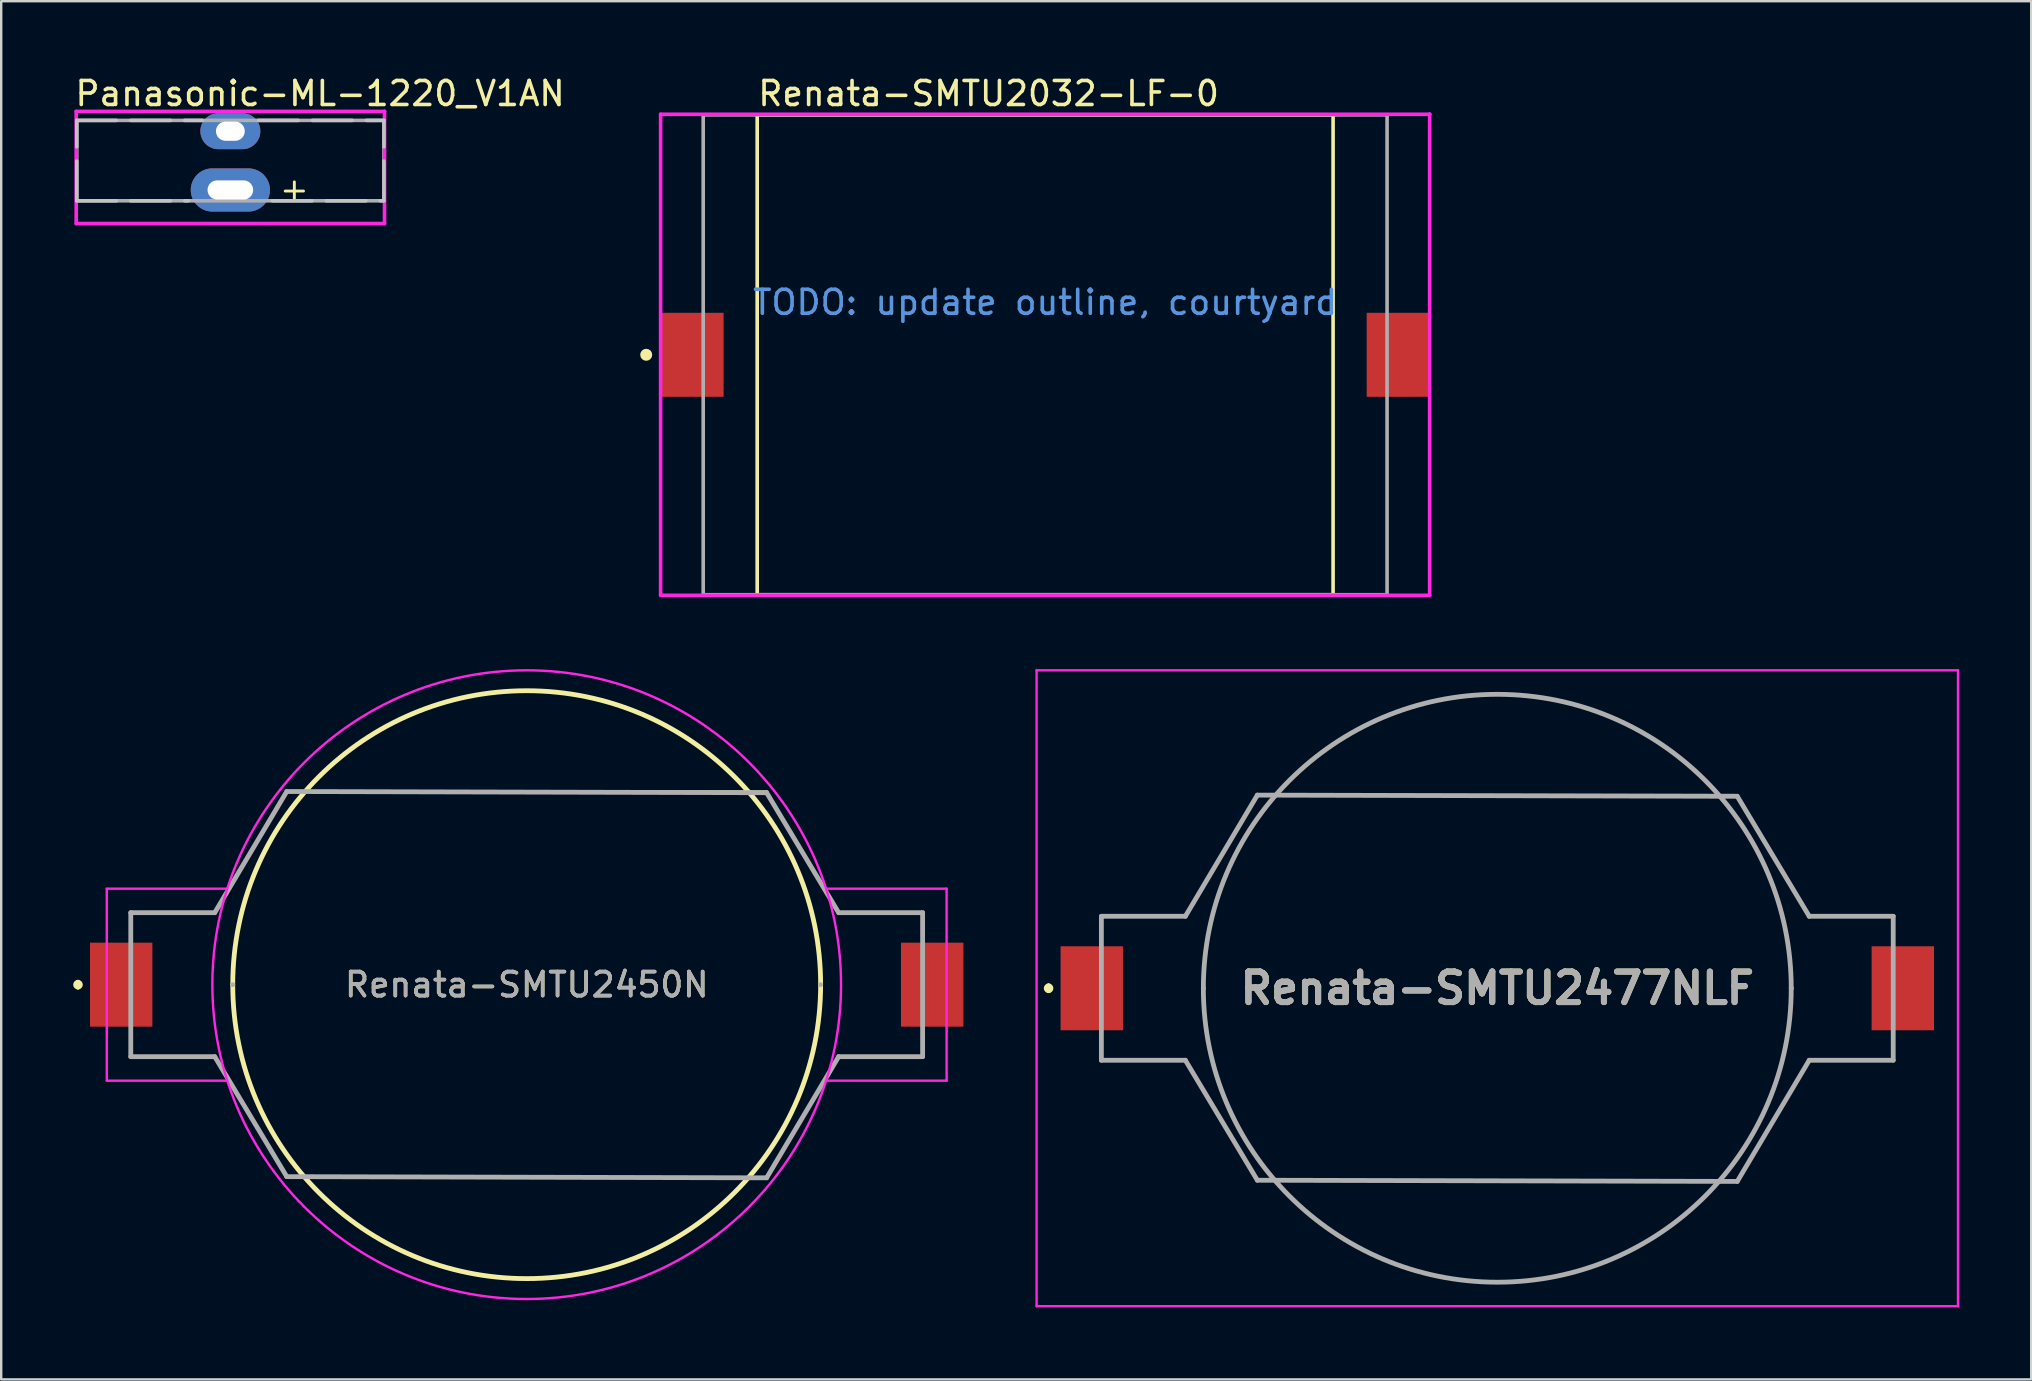
<source format=kicad_pcb>
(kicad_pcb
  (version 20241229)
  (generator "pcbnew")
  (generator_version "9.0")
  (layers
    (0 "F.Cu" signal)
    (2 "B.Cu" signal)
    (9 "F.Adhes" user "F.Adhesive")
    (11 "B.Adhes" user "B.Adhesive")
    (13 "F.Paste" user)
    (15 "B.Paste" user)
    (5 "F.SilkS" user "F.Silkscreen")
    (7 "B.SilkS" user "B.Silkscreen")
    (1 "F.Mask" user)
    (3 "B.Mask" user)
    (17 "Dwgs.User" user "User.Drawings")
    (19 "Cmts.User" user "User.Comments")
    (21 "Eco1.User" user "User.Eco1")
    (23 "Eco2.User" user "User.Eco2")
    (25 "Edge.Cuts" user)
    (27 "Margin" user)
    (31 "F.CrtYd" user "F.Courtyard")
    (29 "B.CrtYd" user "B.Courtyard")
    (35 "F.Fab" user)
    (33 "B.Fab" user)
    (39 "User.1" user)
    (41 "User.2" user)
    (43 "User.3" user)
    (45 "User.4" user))
  (footprint "Renata-SMTU2450N"
    (layer "F.Cu")
    (at 18.9 37.986)
    (property "Reference" "Renata-SMTU2450N" (at 0 0 0) (layer "F.SilkS") (effects (font (size 1 1) (thickness 0.15))))
    (attr smd)
    (fp_line (start -18.7 -0.1) (end -18.7 -0.1) (stroke (width 0.2) (type solid)) (layer "F.SilkS"))
    (fp_line (start -18.7 0.1) (end -18.7 0.1) (stroke (width 0.2) (type solid)) (layer "F.SilkS"))
    (fp_line (start -16.5 -3) (end -13 -3) (stroke (width 0.1) (type solid)) (layer "F.SilkS"))
    (fp_line (start -16.5 3) (end -13 3) (stroke (width 0.1) (type solid)) (layer "F.SilkS"))
    (fp_line (start -13 -3) (end -10 -8.05) (stroke (width 0.1) (type solid)) (layer "F.SilkS"))
    (fp_line (start -13 3) (end -10 8) (stroke (width 0.1) (type solid)) (layer "F.SilkS"))
    (fp_line (start -10 -8.05) (end 10 -8.05) (stroke (width 0.1) (type solid)) (layer "F.SilkS"))
    (fp_line (start -10 8) (end 10 8.05) (stroke (width 0.1) (type solid)) (layer "F.SilkS"))
    (fp_line (start 10 -8.05) (end 13 -3) (stroke (width 0.1) (type solid)) (layer "F.SilkS"))
    (fp_line (start 10 8.05) (end 13 3) (stroke (width 0.1) (type solid)) (layer "F.SilkS"))
    (fp_line (start 13 -3) (end 16.5 -3) (stroke (width 0.1) (type solid)) (layer "F.SilkS"))
    (fp_line (start 13 3) (end 16.5 3) (stroke (width 0.1) (type solid)) (layer "F.SilkS"))
    (fp_arc (start -18.7 -0.1) (mid -18.6 0) (end -18.7 0.1) (stroke (width 0.2) (type solid)) (layer "F.SilkS"))
    (fp_arc (start -18.7 0.1) (mid -18.8 0) (end -18.7 -0.1) (stroke (width 0.2) (type solid)) (layer "F.SilkS"))
    (fp_arc (start -12.25 0) (mid 0 -12.25) (end 12.25 0) (stroke (width 0.2) (type solid)) (layer "F.SilkS"))
    (fp_arc (start 12.25 0) (mid 0 12.25) (end -12.25 0) (stroke (width 0.2) (type solid)) (layer "F.SilkS"))
    (fp_line (start -17.5 -4) (end -12.5 -4) (stroke (width 0.1) (type default)) (layer "F.CrtYd"))
    (fp_line (start -17.5 4) (end -17.5 -4) (stroke (width 0.1) (type default)) (layer "F.CrtYd"))
    (fp_line (start -12.5 4) (end -17.5 4) (stroke (width 0.1) (type default)) (layer "F.CrtYd"))
    (fp_line (start 12.5 -4) (end 17.5 -4) (stroke (width 0.1) (type default)) (layer "F.CrtYd"))
    (fp_line (start 17.5 -4) (end 17.5 4) (stroke (width 0.1) (type default)) (layer "F.CrtYd"))
    (fp_line (start 17.5 4) (end 12.5 4) (stroke (width 0.1) (type default)) (layer "F.CrtYd"))
    (fp_circle (center 0 0) (end 13.1 0) (stroke (width 0.1) (type default)) (fill no) (layer "F.CrtYd"))
    (fp_line (start -16.5 -3) (end -16.5 3) (stroke (width 0.2) (type solid)) (layer "F.Fab"))
    (fp_line (start -16.5 3) (end -13 3) (stroke (width 0.2) (type solid)) (layer "F.Fab"))
    (fp_line (start -13 -3) (end -16.5 -3) (stroke (width 0.2) (type solid)) (layer "F.Fab"))
    (fp_line (start -13 3) (end -10 8) (stroke (width 0.2) (type solid)) (layer "F.Fab"))
    (fp_line (start -12.25 0) (end -12.25 0) (stroke (width 0.2) (type solid)) (layer "F.Fab"))
    (fp_line (start -10 -8.05) (end -13 -3) (stroke (width 0.2) (type solid)) (layer "F.Fab"))
    (fp_line (start -10 8) (end 10 8.05) (stroke (width 0.2) (type solid)) (layer "F.Fab"))
    (fp_line (start 10 -8) (end -10 -8.05) (stroke (width 0.2) (type solid)) (layer "F.Fab"))
    (fp_line (start 10 8.05) (end 13 3) (stroke (width 0.2) (type solid)) (layer "F.Fab"))
    (fp_line (start 12.25 0) (end 12.25 0) (stroke (width 0.2) (type solid)) (layer "F.Fab"))
    (fp_line (start 13 -3) (end 10 -8) (stroke (width 0.2) (type solid)) (layer "F.Fab"))
    (fp_line (start 13 3) (end 16.5 3) (stroke (width 0.2) (type solid)) (layer "F.Fab"))
    (fp_line (start 16.5 -3) (end 13 -3) (stroke (width 0.2) (type solid)) (layer "F.Fab"))
    (fp_line (start 16.5 3) (end 16.5 -3) (stroke (width 0.2) (type solid)) (layer "F.Fab"))
    (fp_text user "${REFERENCE}" (at 0 0 0) (layer "F.Fab") (effects (font (size 1 1) (thickness 0.15))))
    (pad "1" smd rect (at -16.9 0) (size 2.6 3.5) (layers "F.Cu" "F.Mask" "F.Paste"))
    (pad "2" smd rect (at 16.9 0) (size 2.6 3.5) (layers "F.Cu" "F.Mask" "F.Paste")))
  (footprint "Renata-SMTU2477NLF"
    (layer "F.Cu")
    (at 59.35 38.136)
    (property "Reference" "Renata-SMTU2477NLF" (at 0 0 0) (layer "F.SilkS") (effects (font (size 1.27 1.27) (thickness 0.254))))
    (attr smd)
    (fp_line (start -18.7 -0.1) (end -18.7 -0.1) (stroke (width 0.2) (type solid)) (layer "F.SilkS"))
    (fp_line (start -18.7 0.1) (end -18.7 0.1) (stroke (width 0.2) (type solid)) (layer "F.SilkS"))
    (fp_line (start -16.5 -3) (end -13 -3) (stroke (width 0.1) (type solid)) (layer "F.SilkS"))
    (fp_line (start -16.5 3) (end -13 3) (stroke (width 0.1) (type solid)) (layer "F.SilkS"))
    (fp_line (start -13 -3) (end -10 -8.05) (stroke (width 0.1) (type solid)) (layer "F.SilkS"))
    (fp_line (start -13 3) (end -10 8) (stroke (width 0.1) (type solid)) (layer "F.SilkS"))
    (fp_line (start -10 -8.05) (end 10 -8.05) (stroke (width 0.1) (type solid)) (layer "F.SilkS"))
    (fp_line (start -10 8) (end 10 8.05) (stroke (width 0.1) (type solid)) (layer "F.SilkS"))
    (fp_line (start 10 -8.05) (end 13 -3) (stroke (width 0.1) (type solid)) (layer "F.SilkS"))
    (fp_line (start 10 8.05) (end 13 3) (stroke (width 0.1) (type solid)) (layer "F.SilkS"))
    (fp_line (start 13 -3) (end 16.5 -3) (stroke (width 0.1) (type solid)) (layer "F.SilkS"))
    (fp_line (start 13 3) (end 16.5 3) (stroke (width 0.1) (type solid)) (layer "F.SilkS"))
    (fp_arc (start -18.7 -0.1) (mid -18.6 0) (end -18.7 0.1) (stroke (width 0.2) (type solid)) (layer "F.SilkS"))
    (fp_arc (start -18.7 0.1) (mid -18.8 0) (end -18.7 -0.1) (stroke (width 0.2) (type solid)) (layer "F.SilkS"))
    (fp_line (start -19.2 -13.25) (end 19.2 -13.25) (stroke (width 0.1) (type solid)) (layer "F.CrtYd"))
    (fp_line (start -19.2 13.25) (end -19.2 -13.25) (stroke (width 0.1) (type solid)) (layer "F.CrtYd"))
    (fp_line (start 19.2 -13.25) (end 19.2 13.25) (stroke (width 0.1) (type solid)) (layer "F.CrtYd"))
    (fp_line (start 19.2 13.25) (end -19.2 13.25) (stroke (width 0.1) (type solid)) (layer "F.CrtYd"))
    (fp_line (start -16.5 -3) (end -16.5 3) (stroke (width 0.2) (type solid)) (layer "F.Fab"))
    (fp_line (start -16.5 3) (end -13 3) (stroke (width 0.2) (type solid)) (layer "F.Fab"))
    (fp_line (start -13 -3) (end -16.5 -3) (stroke (width 0.2) (type solid)) (layer "F.Fab"))
    (fp_line (start -13 3) (end -10 8) (stroke (width 0.2) (type solid)) (layer "F.Fab"))
    (fp_line (start -12.25 0) (end -12.25 0) (stroke (width 0.2) (type solid)) (layer "F.Fab"))
    (fp_line (start -10 -8.05) (end -13 -3) (stroke (width 0.2) (type solid)) (layer "F.Fab"))
    (fp_line (start -10 8) (end 10 8.05) (stroke (width 0.2) (type solid)) (layer "F.Fab"))
    (fp_line (start 10 -8) (end -10 -8.05) (stroke (width 0.2) (type solid)) (layer "F.Fab"))
    (fp_line (start 10 8.05) (end 13 3) (stroke (width 0.2) (type solid)) (layer "F.Fab"))
    (fp_line (start 12.25 0) (end 12.25 0) (stroke (width 0.2) (type solid)) (layer "F.Fab"))
    (fp_line (start 13 -3) (end 10 -8) (stroke (width 0.2) (type solid)) (layer "F.Fab"))
    (fp_line (start 13 3) (end 16.5 3) (stroke (width 0.2) (type solid)) (layer "F.Fab"))
    (fp_line (start 16.5 -3) (end 13 -3) (stroke (width 0.2) (type solid)) (layer "F.Fab"))
    (fp_line (start 16.5 3) (end 16.5 -3) (stroke (width 0.2) (type solid)) (layer "F.Fab"))
    (fp_arc (start -12.25 0) (mid 0 -12.25) (end 12.25 0) (stroke (width 0.2) (type solid)) (layer "F.Fab"))
    (fp_arc (start 12.25 0) (mid 0 12.25) (end -12.25 0) (stroke (width 0.2) (type solid)) (layer "F.Fab"))
    (fp_text user "${REFERENCE}" (at 0 0 0) (layer "F.Fab") (effects (font (size 1.27 1.27) (thickness 0.254))))
    (pad "1" smd rect (at -16.9 0) (size 2.6 3.5) (layers "F.Cu" "F.Mask" "F.Paste"))
    (pad "2" smd rect (at 16.9 0) (size 2.6 3.5) (layers "F.Cu" "F.Mask" "F.Paste")))
  (footprint "Panasonic-ML-1220_V1AN"
    (layer "F.Cu")
    (at 6.55 3.642)
    (property "Reference" "Panasonic-ML-1220_V1AN" (at -6.55 -2.794 0) (layer "F.SilkS") (effects (font (size 1 1) (thickness 0.15)) (justify left)))
    (attr through_hole)
    (fp_line (start 2.286 1.27) (end 3.048 1.27) (stroke (width 0.12) (type default)) (layer "F.SilkS"))
    (fp_line (start 2.667 0.889) (end 2.667 1.651) (stroke (width 0.12) (type default)) (layer "F.SilkS"))
    (fp_line (start -6.4 -1.675) (end -1.175 -1.675) (stroke (width 0.15) (type dash)) (layer "Dwgs.User"))
    (fp_line (start -6.4 1.675) (end -6.4 -1.675) (stroke (width 0.15) (type dash)) (layer "Dwgs.User"))
    (fp_line (start -6.4 1.675) (end -1.75 1.675) (stroke (width 0.15) (type dash)) (layer "Dwgs.User"))
    (fp_line (start 1.175 -1.675) (end 6.4 -1.675) (stroke (width 0.15) (type dash)) (layer "Dwgs.User"))
    (fp_line (start 1.75 1.675) (end 6.4 1.675) (stroke (width 0.15) (type dash)) (layer "Dwgs.User"))
    (fp_line (start 6.4 1.675) (end 6.4 -1.675) (stroke (width 0.15) (type dash)) (layer "Dwgs.User"))
    (fp_line (start -6.425 -2.05) (end -6.425 2.625) (stroke (width 0.15) (type solid)) (layer "F.CrtYd"))
    (fp_line (start -6.425 2.625) (end 6.425 2.625) (stroke (width 0.15) (type solid)) (layer "F.CrtYd"))
    (fp_line (start 6.425 -2.05) (end -6.425 -2.05) (stroke (width 0.15) (type solid)) (layer "F.CrtYd"))
    (fp_line (start 6.425 -2.05) (end 6.425 -2.05) (stroke (width 0.15) (type solid)) (layer "F.CrtYd"))
    (fp_line (start 6.425 2.625) (end 6.425 -2.05) (stroke (width 0.15) (type solid)) (layer "F.CrtYd"))
    (fp_line (start -6.4 -1.675) (end 6.4 -1.675) (stroke (width 0.15) (type solid)) (layer "F.Fab"))
    (fp_line (start -6.4 1.675) (end -6.4 -1.675) (stroke (width 0.15) (type solid)) (layer "F.Fab"))
    (fp_line (start 6.4 -1.675) (end 6.4 1.675) (stroke (width 0.15) (type solid)) (layer "F.Fab"))
    (fp_line (start 6.4 1.675) (end -6.4 1.675) (stroke (width 0.15) (type solid)) (layer "F.Fab"))
    (pad "1" thru_hole oval (at 0 1.225) (size 3.3 1.8) (drill oval 1.9 0.8) (layers "*.Cu" "*.Mask"))
    (pad "2" thru_hole oval (at 0 -1.225) (size 2.5 1.5) (drill oval 1.2 0.8) (layers "*.Cu" "*.Mask")))
  (footprint "Renata-SMTU2032-LF-0"
    (layer "F.Cu")
    (at 40.506 11.736)
    (property "Reference" "Renata-SMTU2032-LF-0" (at -12.05 -10.887 0) (layer "F.SilkS") (effects (font (size 1 1) (thickness 0.15)) (justify left)))
    (attr through_hole)
    (fp_line (start -12 -10) (end 12 -10) (stroke (width 0.15) (type solid)) (layer "F.SilkS"))
    (fp_line (start -12 10) (end -12 -10) (stroke (width 0.15) (type solid)) (layer "F.SilkS"))
    (fp_line (start 12 -10) (end 12 10) (stroke (width 0.15) (type solid)) (layer "F.SilkS"))
    (fp_line (start 12 10) (end -12 10) (stroke (width 0.15) (type solid)) (layer "F.SilkS"))
    (fp_circle (center -16.625 0) (end -16.5 0) (stroke (width 0.25) (type solid)) (fill no) (layer "F.SilkS"))
    (fp_line (start -16.025 -10.025) (end -16.025 10.025) (stroke (width 0.15) (type solid)) (layer "F.CrtYd"))
    (fp_line (start -16.025 10.025) (end 16.025 10.025) (stroke (width 0.15) (type solid)) (layer "F.CrtYd"))
    (fp_line (start 16.025 -10.025) (end -16.025 -10.025) (stroke (width 0.15) (type solid)) (layer "F.CrtYd"))
    (fp_line (start 16.025 -10.025) (end 16.025 -10.025) (stroke (width 0.15) (type solid)) (layer "F.CrtYd"))
    (fp_line (start 16.025 10.025) (end 16.025 -10.025) (stroke (width 0.15) (type solid)) (layer "F.CrtYd"))
    (fp_line (start -14.25 -10) (end 14.25 -10) (stroke (width 0.15) (type solid)) (layer "F.Fab"))
    (fp_line (start -14.25 10) (end -14.25 -10) (stroke (width 0.15) (type solid)) (layer "F.Fab"))
    (fp_line (start 14.25 -10) (end 14.25 10) (stroke (width 0.15) (type solid)) (layer "F.Fab"))
    (fp_line (start 14.25 10) (end -14.25 10) (stroke (width 0.15) (type solid)) (layer "F.Fab"))
    (fp_text user "TODO: update outline, courtyard" (at 0 -1.6 0) (unlocked yes) (layer "Cmts.User") (effects (font (size 1 1) (thickness 0.15)) (justify bottom)))
    (pad "1" smd rect (at -14.7 0) (size 2.6 3.5) (layers "F.Cu" "F.Mask" "F.Paste"))
    (pad "2" smd rect (at 14.7 0) (size 2.6 3.5) (layers "F.Cu" "F.Mask" "F.Paste")))
  (gr_rect
    (start -3 -3)
    (end 81.6 54.436)
    (stroke (width 0.1) (type default))
    (fill no)
    (layer "Edge.Cuts")))
</source>
